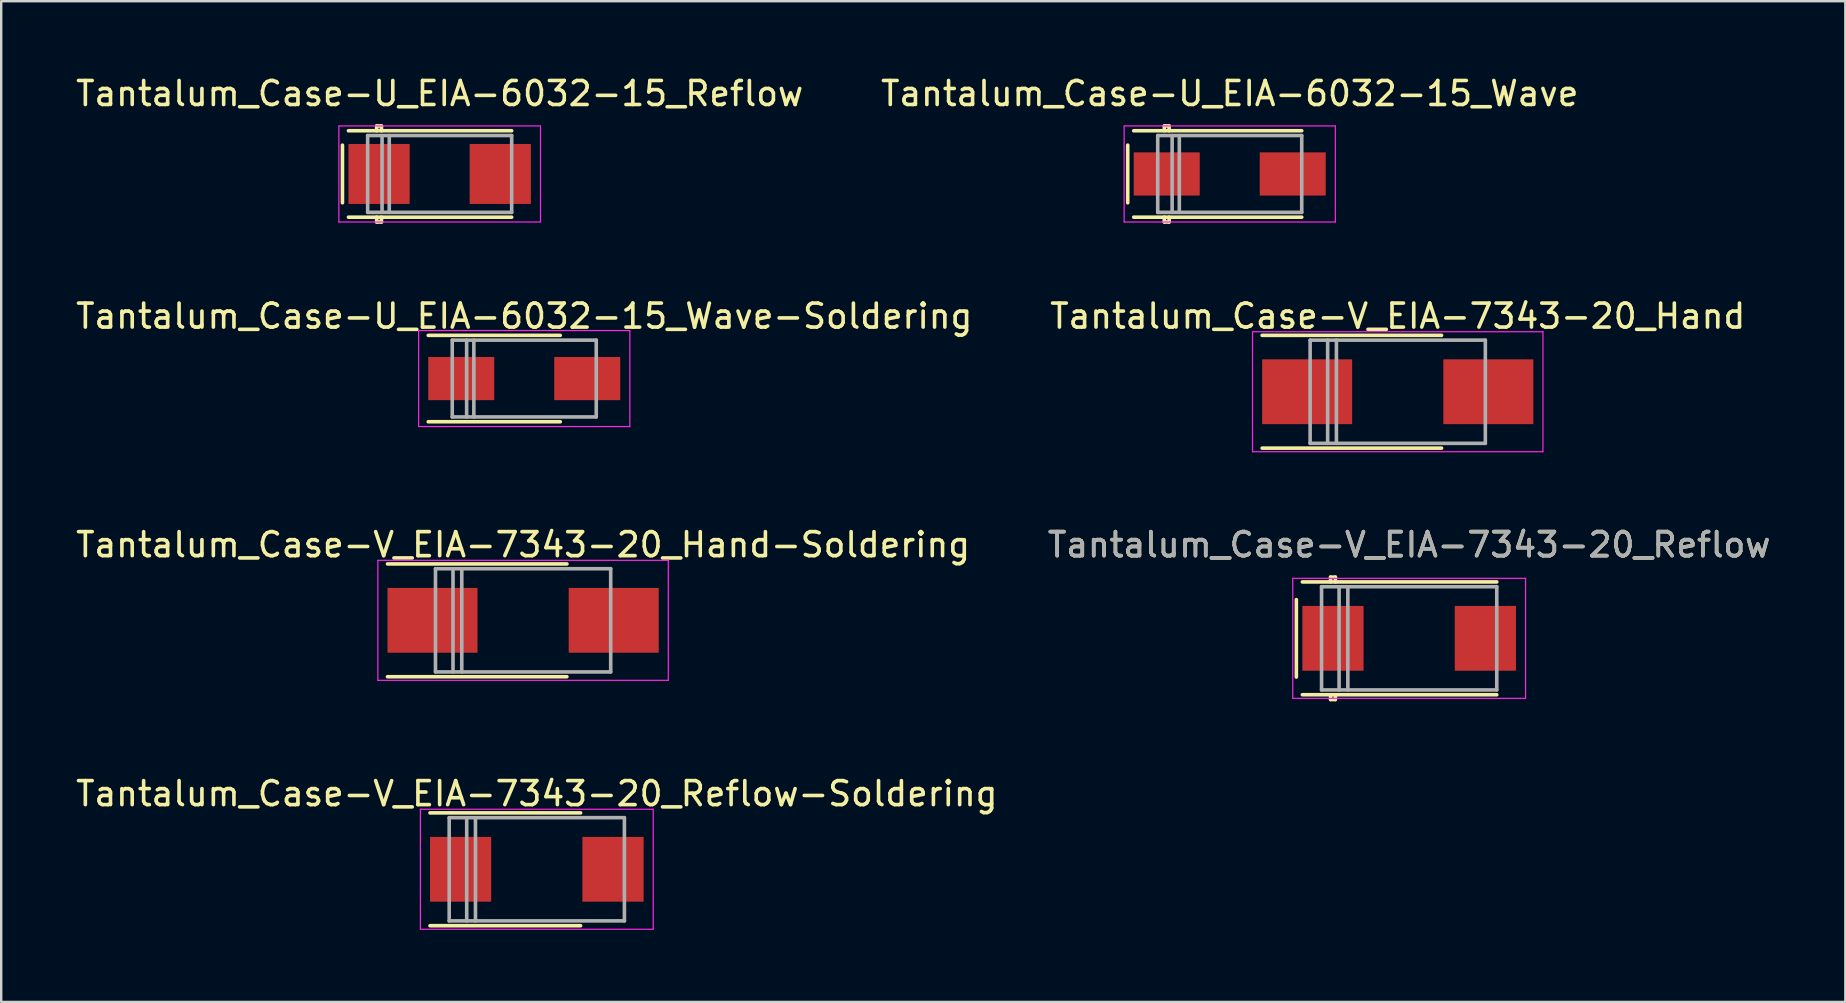
<source format=kicad_pcb>
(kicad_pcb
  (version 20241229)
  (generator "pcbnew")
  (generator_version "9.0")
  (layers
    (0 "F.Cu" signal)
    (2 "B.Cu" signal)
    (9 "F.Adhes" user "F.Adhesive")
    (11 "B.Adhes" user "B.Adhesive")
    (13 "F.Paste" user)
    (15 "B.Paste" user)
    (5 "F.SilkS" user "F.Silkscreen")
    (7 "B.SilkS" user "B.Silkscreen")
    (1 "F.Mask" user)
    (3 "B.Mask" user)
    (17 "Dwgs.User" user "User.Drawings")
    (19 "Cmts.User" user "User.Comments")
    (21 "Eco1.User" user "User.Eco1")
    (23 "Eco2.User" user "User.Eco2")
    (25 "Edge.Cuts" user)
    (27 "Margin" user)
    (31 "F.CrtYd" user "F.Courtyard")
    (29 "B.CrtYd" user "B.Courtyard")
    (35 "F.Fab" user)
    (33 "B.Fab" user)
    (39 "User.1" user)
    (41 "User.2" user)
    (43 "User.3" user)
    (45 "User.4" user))
  (footprint "Tantalum_Case-U_EIA-6032-15_Wave-Soldering"
    (layer "F.Cu")
    (at 18.792 12.722)
    (property "Reference" "Tantalum_Case-U_EIA-6032-15_Wave-Soldering" (at 0 -2.6 0) (layer "F.SilkS") (effects (font (size 1 1) (thickness 0.15))))
    (attr smd)
    (fp_line (start 1.5 -1.8) (end -4 -1.8) (stroke (width 0.15) (type solid)) (layer "F.SilkS"))
    (fp_line (start 1.5 1.8) (end -4 1.8) (stroke (width 0.15) (type solid)) (layer "F.SilkS"))
    (fp_line (start -4.4 -2) (end -4.4 2) (stroke (width 0.05) (type solid)) (layer "F.CrtYd"))
    (fp_line (start -4.4 2) (end 4.4 2) (stroke (width 0.05) (type solid)) (layer "F.CrtYd"))
    (fp_line (start 4.4 -2) (end -4.4 -2) (stroke (width 0.05) (type solid)) (layer "F.CrtYd"))
    (fp_line (start 4.4 2) (end 4.4 -2) (stroke (width 0.05) (type solid)) (layer "F.CrtYd"))
    (fp_line (start -3 -1.6) (end -3 1.6) (stroke (width 0.15) (type solid)) (layer "F.Fab"))
    (fp_line (start -3 1.6) (end 3 1.6) (stroke (width 0.15) (type solid)) (layer "F.Fab"))
    (fp_line (start -2.4 -1.6) (end -2.4 1.6) (stroke (width 0.15) (type solid)) (layer "F.Fab"))
    (fp_line (start -2.1 -1.6) (end -2.1 1.6) (stroke (width 0.15) (type solid)) (layer "F.Fab"))
    (fp_line (start 3 -1.6) (end -3 -1.6) (stroke (width 0.15) (type solid)) (layer "F.Fab"))
    (fp_line (start 3 1.6) (end 3 -1.6) (stroke (width 0.15) (type solid)) (layer "F.Fab"))
    (pad "1" smd rect (at -2.625 0) (size 2.75 1.8) (layers "F.Cu" "F.Mask" "F.Paste"))
    (pad "2" smd rect (at 2.625 0) (size 2.75 1.8) (layers "F.Cu" "F.Mask" "F.Paste")))
  (footprint "Tantalum_Case-V_EIA-7343-20_Hand"
    (layer "F.Cu")
    (at 55.185 13.271)
    (property "Reference" "Tantalum_Case-V_EIA-7343-20_Hand" (at 0 -3.15 0) (layer "F.SilkS") (effects (font (size 1 1) (thickness 0.15))))
    (attr smd)
    (fp_line (start 1.825 -2.35) (end -5.65 -2.35) (stroke (width 0.15) (type solid)) (layer "F.SilkS"))
    (fp_line (start 1.825 2.35) (end -5.65 2.35) (stroke (width 0.15) (type solid)) (layer "F.SilkS"))
    (fp_line (start -6.05 -2.5) (end -6.05 2.5) (stroke (width 0.05) (type solid)) (layer "F.CrtYd"))
    (fp_line (start -6.05 2.5) (end 6.05 2.5) (stroke (width 0.05) (type solid)) (layer "F.CrtYd"))
    (fp_line (start 6.05 -2.5) (end -6.05 -2.5) (stroke (width 0.05) (type solid)) (layer "F.CrtYd"))
    (fp_line (start 6.05 2.5) (end 6.05 -2.5) (stroke (width 0.05) (type solid)) (layer "F.CrtYd"))
    (fp_line (start -3.65 -2.15) (end -3.65 2.15) (stroke (width 0.15) (type solid)) (layer "F.Fab"))
    (fp_line (start -3.65 2.15) (end 3.65 2.15) (stroke (width 0.15) (type solid)) (layer "F.Fab"))
    (fp_line (start -2.92 -2.15) (end -2.92 2.15) (stroke (width 0.15) (type solid)) (layer "F.Fab"))
    (fp_line (start -2.555 -2.15) (end -2.555 2.15) (stroke (width 0.15) (type solid)) (layer "F.Fab"))
    (fp_line (start 3.65 -2.15) (end -3.65 -2.15) (stroke (width 0.15) (type solid)) (layer "F.Fab"))
    (fp_line (start 3.65 2.15) (end 3.65 -2.15) (stroke (width 0.15) (type solid)) (layer "F.Fab"))
    (pad "1" smd rect (at -3.775 0) (size 3.75 2.7) (layers "F.Cu" "F.Mask" "F.Paste"))
    (pad "2" smd rect (at 3.775 0) (size 3.75 2.7) (layers "F.Cu" "F.Mask" "F.Paste")))
  (footprint "Tantalum_Case-V_EIA-7343-20_Reflow-Soldering"
    (layer "F.Cu")
    (at 19.315 33.168)
    (property "Reference" "Tantalum_Case-V_EIA-7343-20_Reflow-Soldering" (at 0 -3.15 0) (layer "F.SilkS") (effects (font (size 1 1) (thickness 0.15))))
    (attr smd)
    (fp_line (start 1.825 -2.35) (end -4.45 -2.35) (stroke (width 0.15) (type solid)) (layer "F.SilkS"))
    (fp_line (start 1.825 2.35) (end -4.45 2.35) (stroke (width 0.15) (type solid)) (layer "F.SilkS"))
    (fp_line (start -4.85 -2.5) (end -4.85 2.5) (stroke (width 0.05) (type solid)) (layer "F.CrtYd"))
    (fp_line (start -4.85 2.5) (end 4.85 2.5) (stroke (width 0.05) (type solid)) (layer "F.CrtYd"))
    (fp_line (start 4.85 -2.5) (end -4.85 -2.5) (stroke (width 0.05) (type solid)) (layer "F.CrtYd"))
    (fp_line (start 4.85 2.5) (end 4.85 -2.5) (stroke (width 0.05) (type solid)) (layer "F.CrtYd"))
    (fp_line (start -3.65 -2.15) (end -3.65 2.15) (stroke (width 0.15) (type solid)) (layer "F.Fab"))
    (fp_line (start -3.65 2.15) (end 3.65 2.15) (stroke (width 0.15) (type solid)) (layer "F.Fab"))
    (fp_line (start -2.92 -2.15) (end -2.92 2.15) (stroke (width 0.15) (type solid)) (layer "F.Fab"))
    (fp_line (start -2.555 -2.15) (end -2.555 2.15) (stroke (width 0.15) (type solid)) (layer "F.Fab"))
    (fp_line (start 3.65 -2.15) (end -3.65 -2.15) (stroke (width 0.15) (type solid)) (layer "F.Fab"))
    (fp_line (start 3.65 2.15) (end 3.65 -2.15) (stroke (width 0.15) (type solid)) (layer "F.Fab"))
    (pad "1" smd rect (at -3.175 0) (size 2.55 2.7) (layers "F.Cu" "F.Mask" "F.Paste"))
    (pad "2" smd rect (at 3.175 0) (size 2.55 2.7) (layers "F.Cu" "F.Mask" "F.Paste")))
  (footprint "Tantalum_Case-V_EIA-7343-20_Reflow"
    (layer "F.Cu")
    (at 55.661 23.545)
    (property "Reference" "Tantalum_Case-V_EIA-7343-20_Reflow" (at 0 -3.9 0) (layer "F.SilkS") (effects (font (size 1 1) (thickness 0.15))))
    (attr smd)
    (fp_line (start -4.7 -1.613) (end -4.7 1.613) (stroke (width 0.15) (type solid)) (layer "F.SilkS"))
    (fp_line (start -3.275 -2.55) (end -3.075 -2.55) (stroke (width 0.15) (type solid)) (layer "F.SilkS"))
    (fp_line (start -3.275 -2.35) (end -3.275 -2.55) (stroke (width 0.15) (type solid)) (layer "F.SilkS"))
    (fp_line (start -3.275 2.35) (end -3.275 2.55) (stroke (width 0.15) (type solid)) (layer "F.SilkS"))
    (fp_line (start -3.275 2.55) (end -3.075 2.55) (stroke (width 0.15) (type solid)) (layer "F.SilkS"))
    (fp_line (start -3.075 -2.55) (end -3.075 -2.35) (stroke (width 0.15) (type solid)) (layer "F.SilkS"))
    (fp_line (start -3.075 2.55) (end -3.075 2.35) (stroke (width 0.15) (type solid)) (layer "F.SilkS"))
    (fp_line (start 3.65 -2.35) (end -4.45 -2.35) (stroke (width 0.15) (type solid)) (layer "F.SilkS"))
    (fp_line (start 3.65 2.35) (end -4.45 2.35) (stroke (width 0.15) (type solid)) (layer "F.SilkS"))
    (fp_line (start -4.85 -2.5) (end -4.85 2.5) (stroke (width 0.05) (type solid)) (layer "F.CrtYd"))
    (fp_line (start -4.85 2.5) (end 4.85 2.5) (stroke (width 0.05) (type solid)) (layer "F.CrtYd"))
    (fp_line (start 4.85 -2.5) (end -4.85 -2.5) (stroke (width 0.05) (type solid)) (layer "F.CrtYd"))
    (fp_line (start 4.85 2.5) (end 4.85 -2.5) (stroke (width 0.05) (type solid)) (layer "F.CrtYd"))
    (fp_line (start -3.65 -2.15) (end -3.65 2.15) (stroke (width 0.15) (type solid)) (layer "F.Fab"))
    (fp_line (start -3.65 2.15) (end 3.65 2.15) (stroke (width 0.15) (type solid)) (layer "F.Fab"))
    (fp_line (start -2.92 -2.15) (end -2.92 2.15) (stroke (width 0.15) (type solid)) (layer "F.Fab"))
    (fp_line (start -2.555 -2.15) (end -2.555 2.15) (stroke (width 0.15) (type solid)) (layer "F.Fab"))
    (fp_line (start 3.65 -2.15) (end -3.65 -2.15) (stroke (width 0.15) (type solid)) (layer "F.Fab"))
    (fp_line (start 3.65 2.15) (end 3.65 -2.15) (stroke (width 0.15) (type solid)) (layer "F.Fab"))
    (fp_text user "${REFERENCE}" (at 0 -3.9 0) (layer "F.Fab") (effects (font (size 1 1) (thickness 0.15))))
    (pad "1" smd rect (at -3.175 0) (size 2.55 2.7) (layers "F.Cu" "F.Mask" "F.Paste"))
    (pad "2" smd rect (at 3.175 0) (size 2.55 2.7) (layers "F.Cu" "F.Mask" "F.Paste")))
  (footprint "Tantalum_Case-U_EIA-6032-15_Wave"
    (layer "F.Cu")
    (at 48.185 4.198)
    (property "Reference" "Tantalum_Case-U_EIA-6032-15_Wave" (at 0 -3.35 0) (layer "F.SilkS") (effects (font (size 1 1) (thickness 0.15))))
    (attr smd)
    (fp_line (start -4.25 -1.2) (end -4.25 1.2) (stroke (width 0.15) (type solid)) (layer "F.SilkS"))
    (fp_line (start -2.725 -2) (end -2.525 -2) (stroke (width 0.15) (type solid)) (layer "F.SilkS"))
    (fp_line (start -2.725 -1.8) (end -2.725 -2) (stroke (width 0.15) (type solid)) (layer "F.SilkS"))
    (fp_line (start -2.725 1.8) (end -2.725 2) (stroke (width 0.15) (type solid)) (layer "F.SilkS"))
    (fp_line (start -2.725 2) (end -2.525 2) (stroke (width 0.15) (type solid)) (layer "F.SilkS"))
    (fp_line (start -2.525 -2) (end -2.525 -1.8) (stroke (width 0.15) (type solid)) (layer "F.SilkS"))
    (fp_line (start -2.525 2) (end -2.525 1.8) (stroke (width 0.15) (type solid)) (layer "F.SilkS"))
    (fp_line (start 3 -1.8) (end -4 -1.8) (stroke (width 0.15) (type solid)) (layer "F.SilkS"))
    (fp_line (start 3 1.8) (end -4 1.8) (stroke (width 0.15) (type solid)) (layer "F.SilkS"))
    (fp_line (start -4.4 -2) (end -4.4 2) (stroke (width 0.05) (type solid)) (layer "F.CrtYd"))
    (fp_line (start -4.4 2) (end 4.4 2) (stroke (width 0.05) (type solid)) (layer "F.CrtYd"))
    (fp_line (start 4.4 -2) (end -4.4 -2) (stroke (width 0.05) (type solid)) (layer "F.CrtYd"))
    (fp_line (start 4.4 2) (end 4.4 -2) (stroke (width 0.05) (type solid)) (layer "F.CrtYd"))
    (fp_line (start -3 -1.6) (end -3 1.6) (stroke (width 0.15) (type solid)) (layer "F.Fab"))
    (fp_line (start -3 1.6) (end 3 1.6) (stroke (width 0.15) (type solid)) (layer "F.Fab"))
    (fp_line (start -2.4 -1.6) (end -2.4 1.6) (stroke (width 0.15) (type solid)) (layer "F.Fab"))
    (fp_line (start -2.1 -1.6) (end -2.1 1.6) (stroke (width 0.15) (type solid)) (layer "F.Fab"))
    (fp_line (start 3 -1.6) (end -3 -1.6) (stroke (width 0.15) (type solid)) (layer "F.Fab"))
    (fp_line (start 3 1.6) (end 3 -1.6) (stroke (width 0.15) (type solid)) (layer "F.Fab"))
    (pad "1" smd rect (at -2.625 0) (size 2.75 1.8) (layers "F.Cu" "F.Mask" "F.Paste"))
    (pad "2" smd rect (at 2.625 0) (size 2.75 1.8) (layers "F.Cu" "F.Mask" "F.Paste")))
  (footprint "Tantalum_Case-U_EIA-6032-15_Reflow"
    (layer "F.Cu")
    (at 15.268 4.198)
    (property "Reference" "Tantalum_Case-U_EIA-6032-15_Reflow" (at 0 -3.35 0) (layer "F.SilkS") (effects (font (size 1 1) (thickness 0.15))))
    (attr smd)
    (fp_line (start -4.05 -1.2) (end -4.05 1.2) (stroke (width 0.15) (type solid)) (layer "F.SilkS"))
    (fp_line (start -2.625 -2) (end -2.425 -2) (stroke (width 0.15) (type solid)) (layer "F.SilkS"))
    (fp_line (start -2.625 -1.8) (end -2.625 -2) (stroke (width 0.15) (type solid)) (layer "F.SilkS"))
    (fp_line (start -2.625 1.8) (end -2.625 2) (stroke (width 0.15) (type solid)) (layer "F.SilkS"))
    (fp_line (start -2.625 2) (end -2.425 2) (stroke (width 0.15) (type solid)) (layer "F.SilkS"))
    (fp_line (start -2.425 -2) (end -2.425 -1.8) (stroke (width 0.15) (type solid)) (layer "F.SilkS"))
    (fp_line (start -2.425 2) (end -2.425 1.8) (stroke (width 0.15) (type solid)) (layer "F.SilkS"))
    (fp_line (start 3 -1.8) (end -3.8 -1.8) (stroke (width 0.15) (type solid)) (layer "F.SilkS"))
    (fp_line (start 3 1.8) (end -3.8 1.8) (stroke (width 0.15) (type solid)) (layer "F.SilkS"))
    (fp_line (start -4.2 -2) (end -4.2 2) (stroke (width 0.05) (type solid)) (layer "F.CrtYd"))
    (fp_line (start -4.2 2) (end 4.2 2) (stroke (width 0.05) (type solid)) (layer "F.CrtYd"))
    (fp_line (start 4.2 -2) (end -4.2 -2) (stroke (width 0.05) (type solid)) (layer "F.CrtYd"))
    (fp_line (start 4.2 2) (end 4.2 -2) (stroke (width 0.05) (type solid)) (layer "F.CrtYd"))
    (fp_line (start -3 -1.6) (end -3 1.6) (stroke (width 0.15) (type solid)) (layer "F.Fab"))
    (fp_line (start -3 1.6) (end 3 1.6) (stroke (width 0.15) (type solid)) (layer "F.Fab"))
    (fp_line (start -2.4 -1.6) (end -2.4 1.6) (stroke (width 0.15) (type solid)) (layer "F.Fab"))
    (fp_line (start -2.1 -1.6) (end -2.1 1.6) (stroke (width 0.15) (type solid)) (layer "F.Fab"))
    (fp_line (start 3 -1.6) (end -3 -1.6) (stroke (width 0.15) (type solid)) (layer "F.Fab"))
    (fp_line (start 3 1.6) (end 3 -1.6) (stroke (width 0.15) (type solid)) (layer "F.Fab"))
    (pad "1" smd rect (at -2.525 0) (size 2.55 2.5) (layers "F.Cu" "F.Mask" "F.Paste"))
    (pad "2" smd rect (at 2.525 0) (size 2.55 2.5) (layers "F.Cu" "F.Mask" "F.Paste")))
  (footprint "Tantalum_Case-V_EIA-7343-20_Hand-Soldering"
    (layer "F.Cu")
    (at 18.744 22.795)
    (property "Reference" "Tantalum_Case-V_EIA-7343-20_Hand-Soldering" (at 0 -3.15 0) (layer "F.SilkS") (effects (font (size 1 1) (thickness 0.15))))
    (attr smd)
    (fp_line (start 1.825 -2.35) (end -5.65 -2.35) (stroke (width 0.15) (type solid)) (layer "F.SilkS"))
    (fp_line (start 1.825 2.35) (end -5.65 2.35) (stroke (width 0.15) (type solid)) (layer "F.SilkS"))
    (fp_line (start -6.05 -2.5) (end -6.05 2.5) (stroke (width 0.05) (type solid)) (layer "F.CrtYd"))
    (fp_line (start -6.05 2.5) (end 6.05 2.5) (stroke (width 0.05) (type solid)) (layer "F.CrtYd"))
    (fp_line (start 6.05 -2.5) (end -6.05 -2.5) (stroke (width 0.05) (type solid)) (layer "F.CrtYd"))
    (fp_line (start 6.05 2.5) (end 6.05 -2.5) (stroke (width 0.05) (type solid)) (layer "F.CrtYd"))
    (fp_line (start -3.65 -2.15) (end -3.65 2.15) (stroke (width 0.15) (type solid)) (layer "F.Fab"))
    (fp_line (start -3.65 2.15) (end 3.65 2.15) (stroke (width 0.15) (type solid)) (layer "F.Fab"))
    (fp_line (start -2.92 -2.15) (end -2.92 2.15) (stroke (width 0.15) (type solid)) (layer "F.Fab"))
    (fp_line (start -2.555 -2.15) (end -2.555 2.15) (stroke (width 0.15) (type solid)) (layer "F.Fab"))
    (fp_line (start 3.65 -2.15) (end -3.65 -2.15) (stroke (width 0.15) (type solid)) (layer "F.Fab"))
    (fp_line (start 3.65 2.15) (end 3.65 -2.15) (stroke (width 0.15) (type solid)) (layer "F.Fab"))
    (pad "1" smd rect (at -3.775 0) (size 3.75 2.7) (layers "F.Cu" "F.Mask" "F.Paste"))
    (pad "2" smd rect (at 3.775 0) (size 3.75 2.7) (layers "F.Cu" "F.Mask" "F.Paste")))
  (gr_rect
    (start -3 -3)
    (end 73.833 38.693)
    (stroke (width 0.1) (type default))
    (fill no)
    (layer "Edge.Cuts")))
</source>
